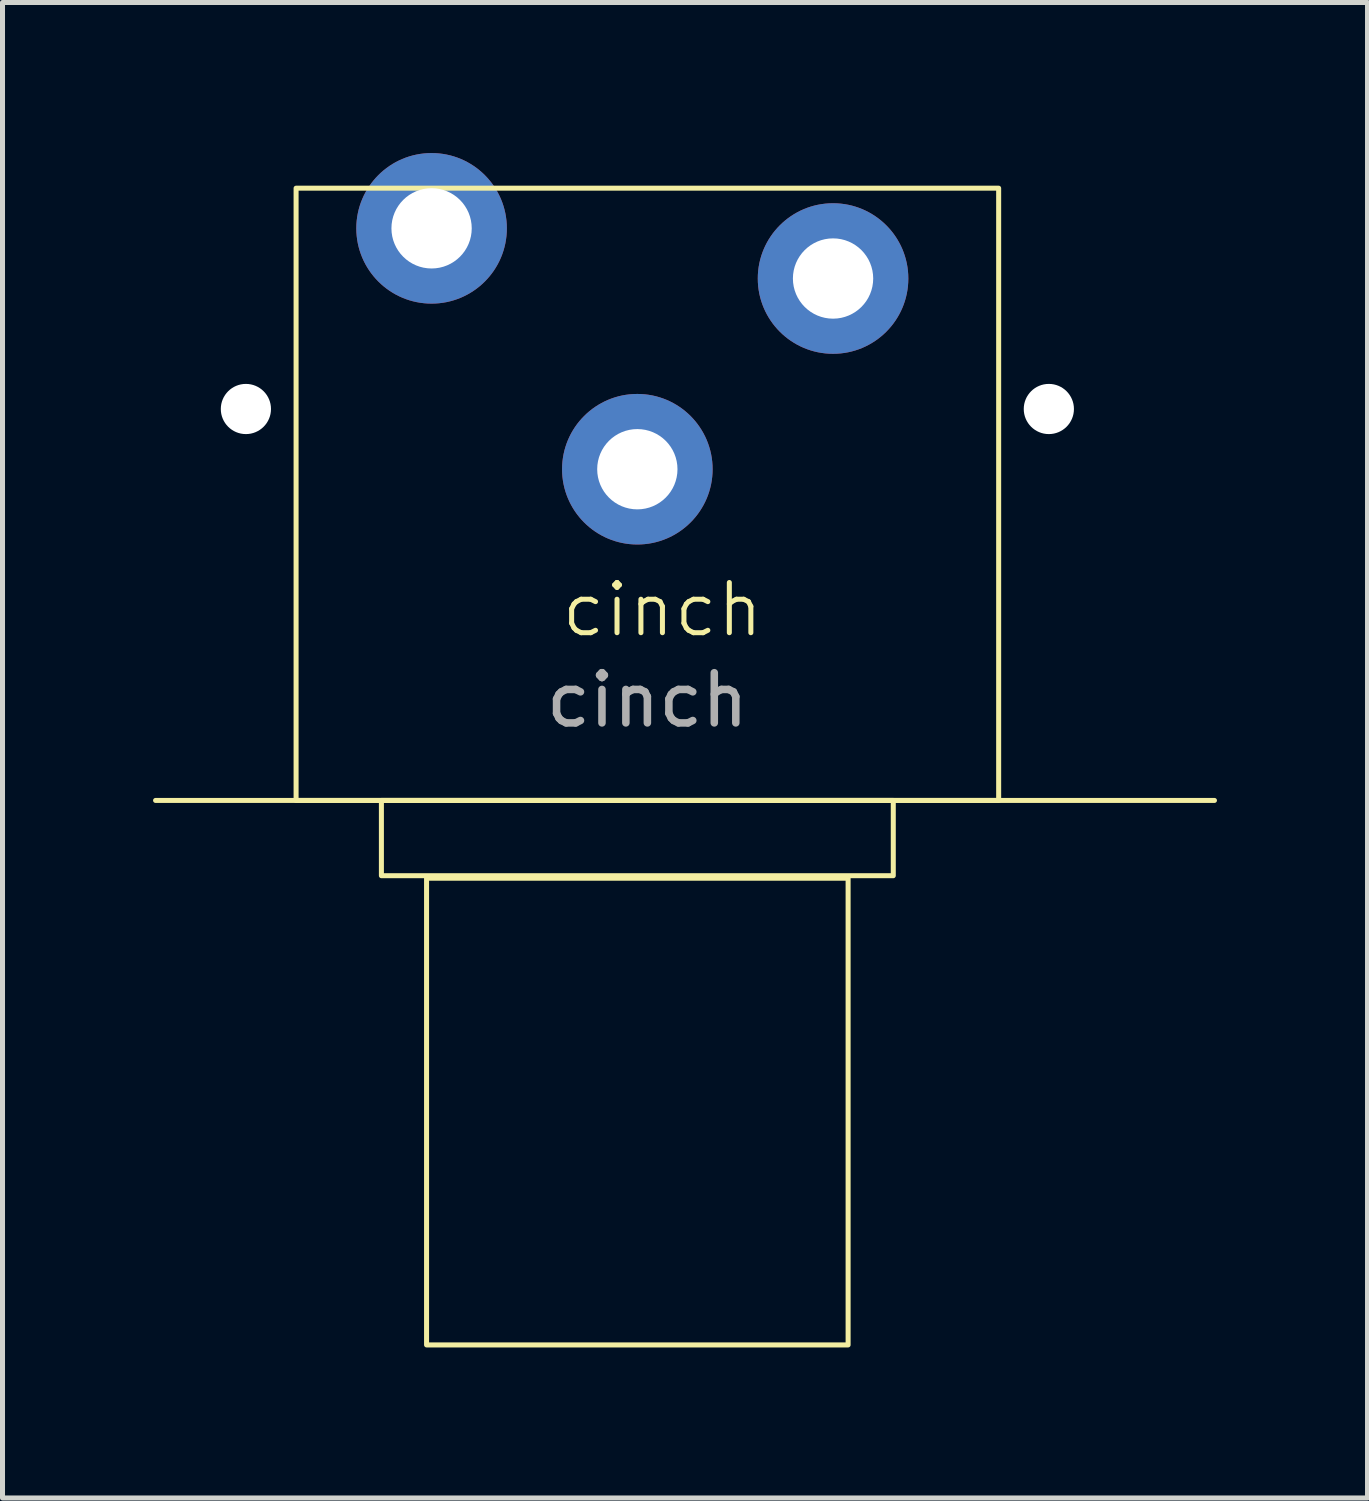
<source format=kicad_pcb>
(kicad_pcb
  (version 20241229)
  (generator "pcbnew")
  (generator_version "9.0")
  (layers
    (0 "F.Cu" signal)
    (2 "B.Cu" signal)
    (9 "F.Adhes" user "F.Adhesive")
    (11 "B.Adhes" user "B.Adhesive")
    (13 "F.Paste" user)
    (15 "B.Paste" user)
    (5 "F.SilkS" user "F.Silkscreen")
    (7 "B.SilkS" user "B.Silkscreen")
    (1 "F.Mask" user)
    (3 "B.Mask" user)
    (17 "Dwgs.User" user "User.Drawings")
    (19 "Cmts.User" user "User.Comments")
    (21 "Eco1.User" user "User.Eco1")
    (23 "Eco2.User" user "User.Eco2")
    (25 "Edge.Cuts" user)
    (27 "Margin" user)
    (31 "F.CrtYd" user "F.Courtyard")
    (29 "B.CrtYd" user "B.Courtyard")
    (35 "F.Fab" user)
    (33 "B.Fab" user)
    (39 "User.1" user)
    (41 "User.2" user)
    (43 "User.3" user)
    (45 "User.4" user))
  (footprint "cinch"
    (layer "F.Cu")
    (at 9.55 12.9)
    (property "Reference" "cinch" (at 0.6 -3.8 0) (unlocked yes) (layer "F.SilkS") (effects (font (size 1 1) (thickness 0.1))))
    (attr through_hole)
    (fp_line (start -9.5 0) (end 11.6 0) (stroke (width 0.1) (type default)) (layer "F.SilkS"))
    (fp_rect (start -6.7 -12.2) (end 7.3 0) (stroke (width 0.1) (type default)) (fill no) (layer "F.SilkS"))
    (fp_rect (start -5 0) (end 5.2 1.5) (stroke (width 0.1) (type default)) (fill no) (layer "F.SilkS"))
    (fp_rect (start -4.1 1.55) (end 4.3 10.85) (stroke (width 0.1) (type default)) (fill no) (layer "F.SilkS"))
    (fp_text user "${REFERENCE}" (at 0.3 -2 0) (unlocked yes) (layer "F.Fab") (effects (font (size 1 1) (thickness 0.15))))
    (pad "" np_thru_hole circle (at -7.7 -7.8) (size 1 1) (drill oval 1.8 3.2) (layers "*.Cu"))
    (pad "" np_thru_hole circle (at 8.3 -7.8) (size 1 1) (drill oval 1.8 3.2) (layers "*.Cu"))
    (pad "1" thru_hole circle (at 4 -10.4) (size 3 3) (drill 1.6) (layers "*.Cu" "*.Mask"))
    (pad "2" thru_hole circle (at -4 -11.4) (size 3 3) (drill 1.6) (layers "*.Cu" "*.Mask"))
    (pad "3" thru_hole circle (at 0.1 -6.6) (size 3 3) (drill 1.6) (layers "*.Cu" "*.Mask")))
  (gr_rect
    (start -3 -3)
    (end 24.2 26.8)
    (stroke (width 0.1) (type default))
    (fill no)
    (layer "Edge.Cuts")))
</source>
